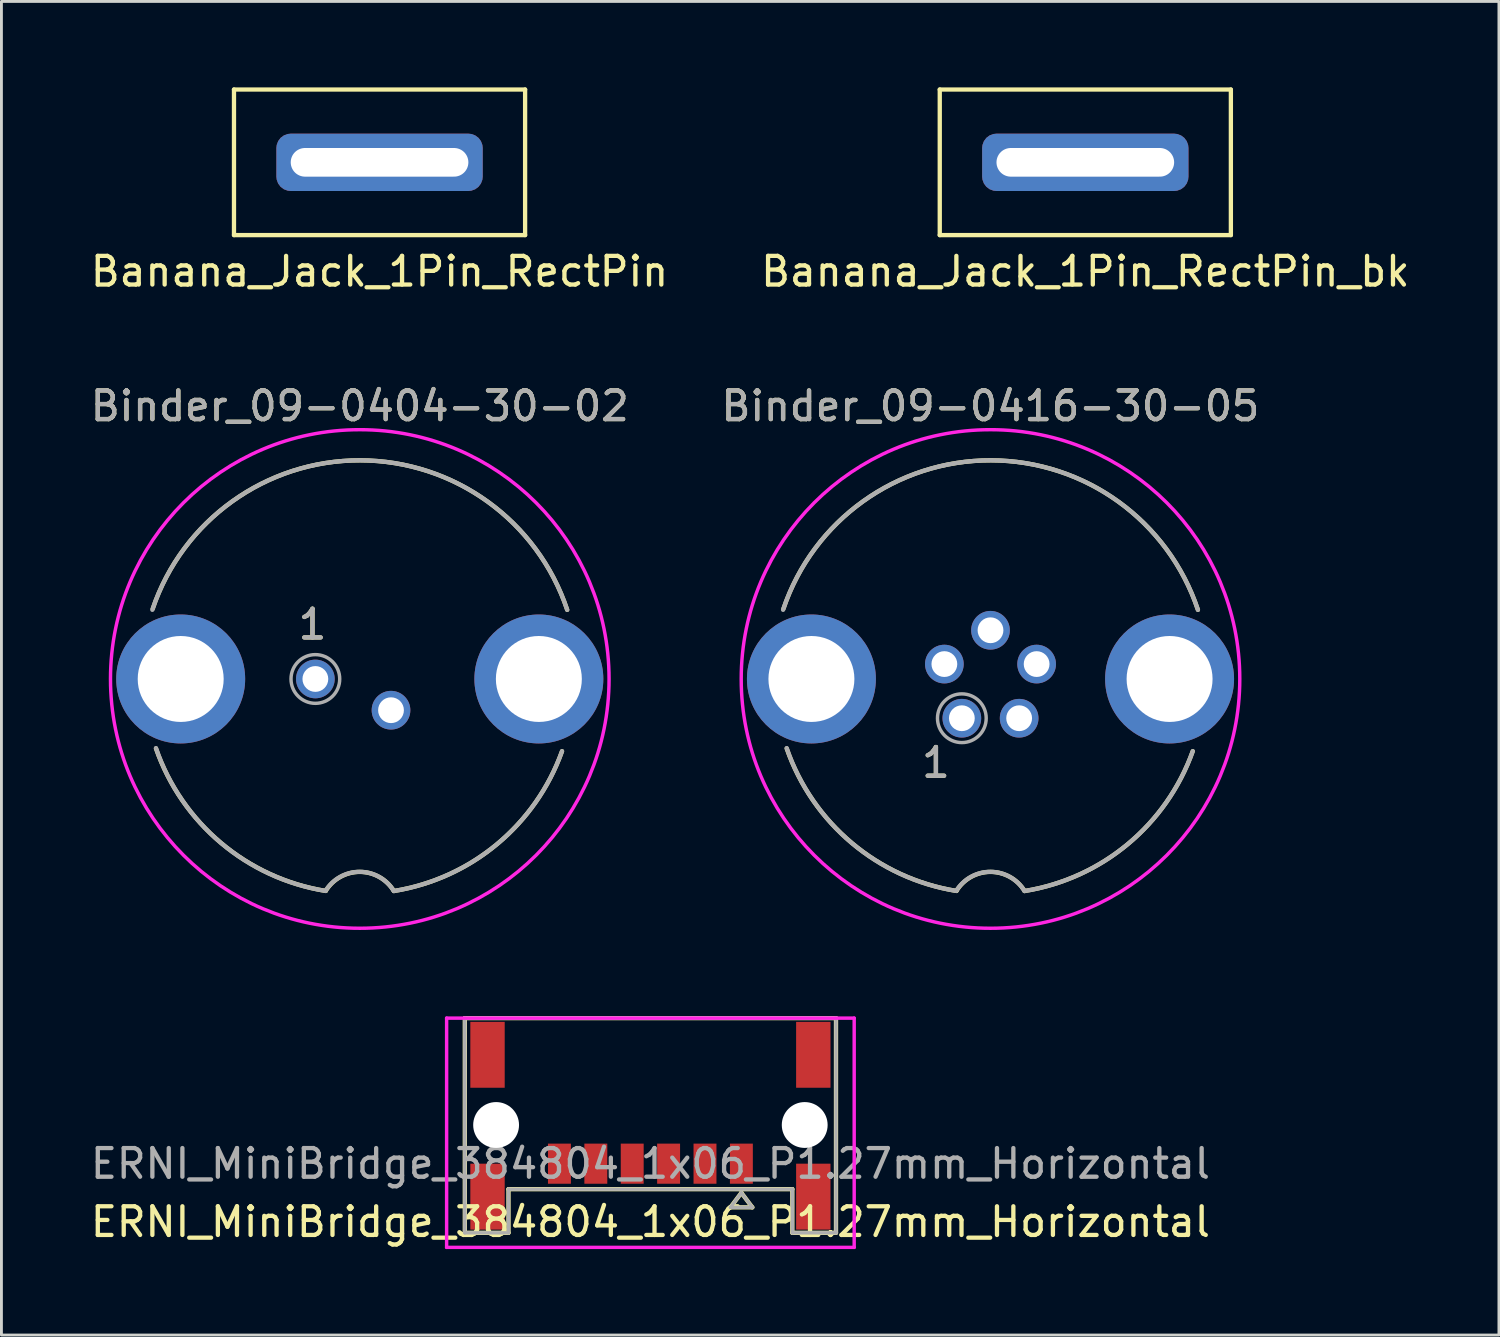
<source format=kicad_pcb>
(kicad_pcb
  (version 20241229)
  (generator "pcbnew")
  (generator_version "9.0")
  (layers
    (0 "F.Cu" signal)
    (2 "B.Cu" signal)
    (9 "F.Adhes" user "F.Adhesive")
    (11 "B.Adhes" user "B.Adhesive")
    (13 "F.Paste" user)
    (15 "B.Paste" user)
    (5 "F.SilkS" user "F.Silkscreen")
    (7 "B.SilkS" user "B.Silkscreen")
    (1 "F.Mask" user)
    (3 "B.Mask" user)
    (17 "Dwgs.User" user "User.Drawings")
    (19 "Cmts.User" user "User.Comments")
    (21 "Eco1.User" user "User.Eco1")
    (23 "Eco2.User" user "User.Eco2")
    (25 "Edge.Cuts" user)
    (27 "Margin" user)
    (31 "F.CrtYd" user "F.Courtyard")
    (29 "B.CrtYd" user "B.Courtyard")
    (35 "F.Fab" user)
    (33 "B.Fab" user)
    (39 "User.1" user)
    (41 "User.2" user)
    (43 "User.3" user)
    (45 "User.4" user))
  (footprint "Banana_Jack_1Pin_RectPin_bk"
    (layer "F.Cu")
    (at 34.827 2.615)
    (property "Reference" "Banana_Jack_1Pin_RectPin_bk" (at 0 3.81 0) (layer "F.SilkS") (effects (font (size 1 1) (thickness 0.15))))
    (attr through_hole)
    (fp_line (start -5.08 -2.54) (end 5.08 -2.54) (stroke (width 0.15) (type solid)) (layer "F.SilkS"))
    (fp_line (start -5.08 2.54) (end -5.08 -2.54) (stroke (width 0.15) (type solid)) (layer "F.SilkS"))
    (fp_line (start 5.08 -2.54) (end 5.08 2.54) (stroke (width 0.15) (type solid)) (layer "F.SilkS"))
    (fp_line (start 5.08 2.54) (end -5.08 2.54) (stroke (width 0.15) (type solid)) (layer "F.SilkS"))
    (pad "1" thru_hole roundrect (at 0 0) (size 7.2 2) (drill oval 6.2 1) (layers "*.Cu" "*.Mask") (roundrect_rratio 0.25)))
  (footprint "Binder_09-0404-30-02"
    (layer "F.Cu")
    (at 9.506 20.646)
    (property "Reference" "Binder_09-0404-30-02" (at 0 -9.525 0) (layer "F.SilkS") (effects (font (size 1 1) (thickness 0.15))))
    (attr through_hole)
    (fp_arc (start -7.225991 -2.451683) (mid 0.020406 -7.630549) (end 7.239 -2.413) (stroke (width 0.15) (type solid)) (layer "F.SilkS"))
    (fp_arc (start -1.188104 7.396909) (mid -4.836452 5.727356) (end -7.113791 2.424088) (stroke (width 0.15) (type solid)) (layer "F.SilkS"))
    (fp_arc (start -1.188104 7.396909) (mid 0.001813 6.73298) (end 1.19 7.4) (stroke (width 0.15) (type solid)) (layer "F.SilkS"))
    (fp_arc (start 7.058423 2.520865) (mid 4.791723 5.763288) (end 1.19 7.4) (stroke (width 0.15) (type solid)) (layer "F.SilkS"))
    (fp_circle (center 0 0) (end 8.7 0) (stroke (width 0.12) (type solid)) (fill no) (layer "F.CrtYd"))
    (fp_arc (start -7.239 -2.413) (mid 0 -7.630576) (end 7.239 -2.413) (stroke (width 0.15) (type solid)) (layer "F.Fab"))
    (fp_arc (start -1.199052 7.395618) (mid -4.845102 5.72264) (end -7.112 2.413) (stroke (width 0.15) (type solid)) (layer "F.Fab"))
    (fp_arc (start -1.19379 7.39234) (mid -0.003895 6.729187) (end 1.183836 7.396207) (stroke (width 0.15) (type solid)) (layer "F.Fab"))
    (fp_arc (start 7.058423 2.520865) (mid 4.791723 5.763288) (end 1.19 7.4) (stroke (width 0.15) (type solid)) (layer "F.Fab"))
    (fp_circle (center -1.55 0) (end -0.7 0) (stroke (width 0.12) (type solid)) (fill no) (layer "F.Fab"))
    (fp_text user "1" (at -1.651 -1.905 0) (layer "F.SilkS") (effects (font (size 1 1) (thickness 0.15))))
    (fp_text user "1" (at -1.651 -1.905 0) (layer "F.Fab") (effects (font (size 1 1) (thickness 0.15))))
    (fp_text user "${REFERENCE}" (at 0 -9.525 0) (layer "F.Fab") (effects (font (size 1 1) (thickness 0.15))))
    (pad "1" thru_hole circle (at -1.55 0) (size 1.35 1.35) (drill 0.9) (layers "*.Cu" "*.Mask"))
    (pad "2" thru_hole circle (at 1.09 1.09) (size 1.35 1.35) (drill 0.9) (layers "*.Cu" "*.Mask"))
    (pad "SH" thru_hole circle (at -6.25 0) (size 4.5 4.5) (drill 3) (layers "*.Cu" "*.Mask"))
    (pad "SH" thru_hole circle (at 6.25 0) (size 4.5 4.5) (drill 3) (layers "*.Cu" "*.Mask")))
  (footprint "Banana_Jack_1Pin_RectPin"
    (layer "F.Cu")
    (at 10.196 2.615)
    (property "Reference" "Banana_Jack_1Pin_RectPin" (at 0 3.81 0) (layer "F.SilkS") (effects (font (size 1 1) (thickness 0.15))))
    (attr through_hole)
    (fp_line (start -5.08 -2.54) (end 5.08 -2.54) (stroke (width 0.15) (type solid)) (layer "F.SilkS"))
    (fp_line (start -5.08 2.54) (end -5.08 -2.54) (stroke (width 0.15) (type solid)) (layer "F.SilkS"))
    (fp_line (start 5.08 -2.54) (end 5.08 2.54) (stroke (width 0.15) (type solid)) (layer "F.SilkS"))
    (fp_line (start 5.08 2.54) (end -5.08 2.54) (stroke (width 0.15) (type solid)) (layer "F.SilkS"))
    (pad "1" thru_hole roundrect (at 0 0) (size 7.2 2) (drill oval 6.2 1) (layers "*.Cu" "*.Mask") (roundrect_rratio 0.25)))
  (footprint "Binder_09-0416-30-05"
    (layer "F.Cu")
    (at 31.518 20.646)
    (property "Reference" "Binder_09-0416-30-05" (at 0 -9.525 0) (layer "F.SilkS") (effects (font (size 1 1) (thickness 0.15))))
    (attr through_hole)
    (fp_arc (start -7.225991 -2.451683) (mid 0.020406 -7.630549) (end 7.239 -2.413) (stroke (width 0.15) (type solid)) (layer "F.SilkS"))
    (fp_arc (start -1.188104 7.396909) (mid -4.836452 5.727356) (end -7.113791 2.424088) (stroke (width 0.15) (type solid)) (layer "F.SilkS"))
    (fp_arc (start -1.188104 7.396909) (mid 0.001813 6.73298) (end 1.19 7.4) (stroke (width 0.15) (type solid)) (layer "F.SilkS"))
    (fp_arc (start 7.058423 2.520865) (mid 4.791723 5.763288) (end 1.19 7.4) (stroke (width 0.15) (type solid)) (layer "F.SilkS"))
    (fp_circle (center 0 0) (end 8.7 0) (stroke (width 0.12) (type solid)) (fill no) (layer "F.CrtYd"))
    (fp_arc (start -7.239 -2.413) (mid 0 -7.630576) (end 7.239 -2.413) (stroke (width 0.15) (type solid)) (layer "F.Fab"))
    (fp_arc (start -1.199052 7.395618) (mid -4.845102 5.72264) (end -7.112 2.413) (stroke (width 0.15) (type solid)) (layer "F.Fab"))
    (fp_arc (start -1.19379 7.39234) (mid -0.003895 6.729187) (end 1.183836 7.396207) (stroke (width 0.15) (type solid)) (layer "F.Fab"))
    (fp_arc (start 7.058423 2.520865) (mid 4.791723 5.763288) (end 1.19 7.4) (stroke (width 0.15) (type solid)) (layer "F.Fab"))
    (fp_circle (center -1 1.37) (end -0.15 1.37) (stroke (width 0.12) (type solid)) (fill no) (layer "F.Fab"))
    (fp_text user "1" (at -1.905 2.921 0) (layer "F.SilkS") (effects (font (size 1 1) (thickness 0.15))))
    (fp_text user "1" (at -1.905 2.921 0) (layer "F.Fab") (effects (font (size 1 1) (thickness 0.15))))
    (fp_text user "${REFERENCE}" (at 0 -9.525 0) (layer "F.Fab") (effects (font (size 1 1) (thickness 0.15))))
    (pad "" np_thru_hole circle (at -6.25 0) (size 4.5 4.5) (drill 3) (layers "*.Cu" "*.Mask"))
    (pad "" np_thru_hole circle (at 6.25 0) (size 4.5 4.5) (drill 3) (layers "*.Cu" "*.Mask"))
    (pad "1" thru_hole circle (at -1 1.37) (size 1.35 1.35) (drill 0.9) (layers "*.Cu" "*.Mask"))
    (pad "2" thru_hole circle (at -1.61 -0.52) (size 1.35 1.35) (drill 0.9) (layers "*.Cu" "*.Mask"))
    (pad "3" thru_hole circle (at 0 -1.7) (size 1.35 1.35) (drill 0.9) (layers "*.Cu" "*.Mask"))
    (pad "4" thru_hole circle (at 1.61 -0.52) (size 1.35 1.35) (drill 0.9) (layers "*.Cu" "*.Mask"))
    (pad "5" thru_hole circle (at 1 1.37) (size 1.35 1.35) (drill 0.9) (layers "*.Cu" "*.Mask")))
  (footprint "ERNI_MiniBridge_384804_1x06_P1.27mm_Horizontal"
    (layer "F.Cu")
    (at 19.649 37.562)
    (property "Reference" "ERNI_MiniBridge_384804_1x06_P1.27mm_Horizontal" (at 0 2.032 0) (layer "F.SilkS") (effects (font (size 1 1) (thickness 0.15))))
    (attr through_hole)
    (fp_line (start -6.477 -5.08) (end -6.477 2.413) (stroke (width 0.15) (type solid)) (layer "F.SilkS"))
    (fp_line (start -6.477 2.413) (end -4.953 2.413) (stroke (width 0.15) (type solid)) (layer "F.SilkS"))
    (fp_line (start -4.953 0.889) (end 4.953 0.889) (stroke (width 0.15) (type solid)) (layer "F.SilkS"))
    (fp_line (start -4.953 2.413) (end -4.953 0.889) (stroke (width 0.15) (type solid)) (layer "F.SilkS"))
    (fp_line (start 2.794 1.524) (end 3.175 1.016) (stroke (width 0.15) (type solid)) (layer "F.SilkS"))
    (fp_line (start 3.175 1.016) (end 3.556 1.524) (stroke (width 0.15) (type solid)) (layer "F.SilkS"))
    (fp_line (start 3.556 1.524) (end 2.794 1.524) (stroke (width 0.15) (type solid)) (layer "F.SilkS"))
    (fp_line (start 4.953 0.889) (end 4.953 2.413) (stroke (width 0.15) (type solid)) (layer "F.SilkS"))
    (fp_line (start 4.953 2.413) (end 6.477 2.413) (stroke (width 0.15) (type solid)) (layer "F.SilkS"))
    (fp_line (start 6.477 -5.08) (end -6.477 -5.08) (stroke (width 0.15) (type solid)) (layer "F.SilkS"))
    (fp_line (start 6.477 2.413) (end 6.477 -5.08) (stroke (width 0.15) (type solid)) (layer "F.SilkS"))
    (fp_line (start -7.112 -5.08) (end 7.112 -5.08) (stroke (width 0.12) (type solid)) (layer "F.CrtYd"))
    (fp_line (start -7.112 2.921) (end -7.112 -5.08) (stroke (width 0.12) (type solid)) (layer "F.CrtYd"))
    (fp_line (start 7.112 -5.08) (end 7.112 2.921) (stroke (width 0.12) (type solid)) (layer "F.CrtYd"))
    (fp_line (start 7.112 2.921) (end -7.112 2.921) (stroke (width 0.12) (type solid)) (layer "F.CrtYd"))
    (fp_line (start -6.477 -5.08) (end 6.477 -5.08) (stroke (width 0.12) (type solid)) (layer "F.Fab"))
    (fp_line (start -6.477 2.413) (end -6.477 -5.08) (stroke (width 0.12) (type solid)) (layer "F.Fab"))
    (fp_line (start -4.953 0.889) (end -4.953 2.413) (stroke (width 0.12) (type solid)) (layer "F.Fab"))
    (fp_line (start -4.953 2.413) (end -6.477 2.413) (stroke (width 0.12) (type solid)) (layer "F.Fab"))
    (fp_line (start 2.794 1.524) (end 3.556 1.524) (stroke (width 0.12) (type solid)) (layer "F.Fab"))
    (fp_line (start 3.175 1.016) (end 2.794 1.524) (stroke (width 0.12) (type solid)) (layer "F.Fab"))
    (fp_line (start 3.556 1.524) (end 3.175 1.016) (stroke (width 0.12) (type solid)) (layer "F.Fab"))
    (fp_line (start 4.953 0.889) (end -4.953 0.889) (stroke (width 0.12) (type solid)) (layer "F.Fab"))
    (fp_line (start 4.953 2.413) (end 4.953 0.889) (stroke (width 0.12) (type solid)) (layer "F.Fab"))
    (fp_line (start 6.477 -5.08) (end 6.477 2.413) (stroke (width 0.12) (type solid)) (layer "F.Fab"))
    (fp_line (start 6.477 2.413) (end 4.953 2.413) (stroke (width 0.12) (type solid)) (layer "F.Fab"))
    (fp_text user "${REFERENCE}" (at 0 0 0) (layer "F.Fab") (effects (font (size 1 1) (thickness 0.15))))
    (pad "" np_thru_hole circle (at -5.385 -1.35) (size 1.6 1.6) (drill 1.6) (layers "*.Cu" "*.Mask"))
    (pad "" np_thru_hole circle (at 5.385 -1.35) (size 1.6 1.6) (drill 1.6) (layers "*.Cu" "*.Mask"))
    (pad "1" smd rect (at 3.175 0) (size 0.8 1.4) (layers "F.Cu" "F.Mask" "F.Paste"))
    (pad "2" smd rect (at 1.905 0) (size 0.8 1.4) (layers "F.Cu" "F.Mask" "F.Paste"))
    (pad "3" smd rect (at 0.635 0) (size 0.8 1.4) (layers "F.Cu" "F.Mask" "F.Paste"))
    (pad "4" smd rect (at -0.635 0) (size 0.8 1.4) (layers "F.Cu" "F.Mask" "F.Paste"))
    (pad "5" smd rect (at -1.905 0) (size 0.8 1.4) (layers "F.Cu" "F.Mask" "F.Paste"))
    (pad "6" smd rect (at -3.175 0) (size 0.8 1.4) (layers "F.Cu" "F.Mask" "F.Paste"))
    (pad "MP" smd rect (at -5.685 -3.8) (size 1.2 2.3) (layers "F.Cu" "F.Mask" "F.Paste"))
    (pad "MP" smd rect (at -5.685 1.15) (size 1.2 2.3) (layers "F.Cu" "F.Mask" "F.Paste"))
    (pad "MP" smd rect (at 5.685 -3.8) (size 1.2 2.3) (layers "F.Cu" "F.Mask" "F.Paste"))
    (pad "MP" smd rect (at 5.685 1.15) (size 1.2 2.3) (layers "F.Cu" "F.Mask" "F.Paste")))
  (gr_rect
    (start -3 -3)
    (end 49.262 43.542)
    (stroke (width 0.1) (type default))
    (fill no)
    (layer "Edge.Cuts")))
</source>
